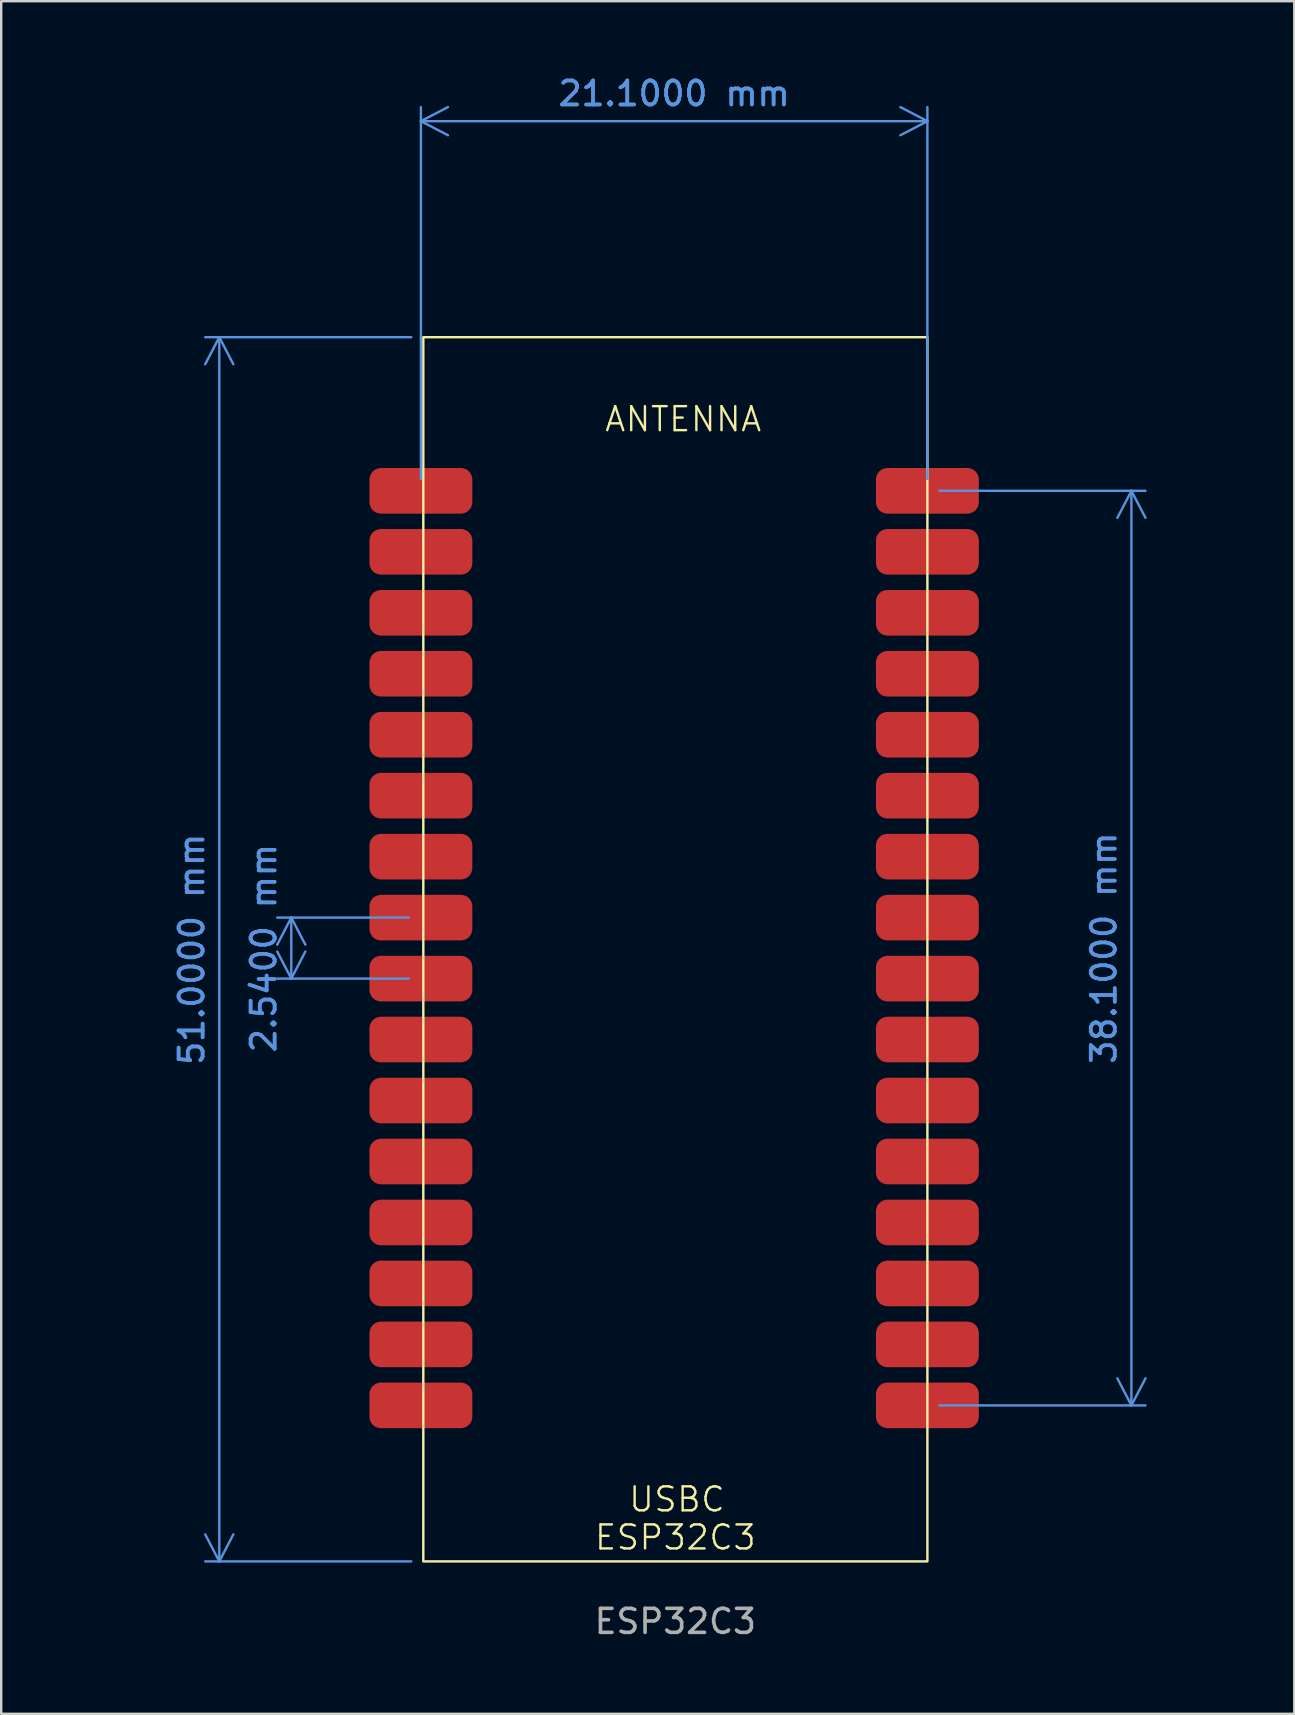
<source format=kicad_pcb>
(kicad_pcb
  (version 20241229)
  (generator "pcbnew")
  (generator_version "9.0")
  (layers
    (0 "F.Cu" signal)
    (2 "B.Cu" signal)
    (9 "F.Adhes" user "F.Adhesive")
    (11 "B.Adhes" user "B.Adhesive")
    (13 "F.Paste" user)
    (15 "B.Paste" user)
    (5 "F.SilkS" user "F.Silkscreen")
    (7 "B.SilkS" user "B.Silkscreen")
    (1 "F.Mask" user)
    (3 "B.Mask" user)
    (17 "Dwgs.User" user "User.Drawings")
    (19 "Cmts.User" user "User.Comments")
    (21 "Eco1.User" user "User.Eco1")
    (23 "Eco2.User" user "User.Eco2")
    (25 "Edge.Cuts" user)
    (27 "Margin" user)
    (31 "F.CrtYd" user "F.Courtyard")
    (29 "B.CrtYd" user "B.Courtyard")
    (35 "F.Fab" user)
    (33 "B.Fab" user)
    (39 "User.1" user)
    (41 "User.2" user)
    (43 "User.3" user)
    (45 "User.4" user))
  (footprint "ESP32C3"
    (layer "F.Cu")
    (at 25.085 61.998)
    (property "Reference" "ESP32C3" (at 0 -1 0) (unlocked yes) (layer "F.SilkS") (effects (font (size 1 1) (thickness 0.1))))
    (attr smd)
    (fp_rect (start -10.5 0) (end 10.5 -51) (stroke (width 0.1) (type default)) (fill no) (layer "F.SilkS"))
    (fp_text user "ANTENNA" (at -3 -47 0) (unlocked yes) (layer "F.SilkS") (effects (font (size 1 1) (thickness 0.1)) (justify left bottom)))
    (fp_text user "USBC" (at -2 -2 0) (unlocked yes) (layer "F.SilkS") (effects (font (size 1 1) (thickness 0.1)) (justify left bottom)))
    (fp_text user "${REFERENCE}" (at 0 2.5 0) (unlocked yes) (layer "F.Fab") (effects (font (size 1 1) (thickness 0.15))))
    (dimension (type aligned) (layer "Cmts.User") (pts (xy 14.485 17.398) (xy 35.585 17.398)) (height -15.4) (format (prefix "") (suffix "") (units 3) (units_format 1) (precision 4)) (style (thickness 0.1) (arrow_length 1.27) (text_position_mode 0) (arrow_direction outward) (extension_height 0.586) (extension_offset 0.5) (keep_text_aligned yes)) (gr_text "21.1000 mm" (at 25.035 0.848 0) (layer "Cmts.User") (effects (font (size 1 1) (thickness 0.15)))))
    (dimension (type aligned) (layer "Cmts.User") (pts (xy 14.485 35.178) (xy 14.485 37.718)) (height 5.4) (format (prefix "") (suffix "") (units 3) (units_format 1) (precision 4)) (style (thickness 0.1) (arrow_length 1.27) (text_position_mode 0) (arrow_direction outward) (extension_height 0.586) (extension_offset 0.5) (keep_text_aligned yes)) (gr_text "2.5400 mm" (at 7.935 36.448 90) (layer "Cmts.User") (effects (font (size 1 1) (thickness 0.15)))))
    (dimension (type aligned) (layer "Cmts.User") (pts (xy 14.585 10.998) (xy 14.585 61.998)) (height 8.5) (format (prefix "") (suffix "") (units 3) (units_format 1) (precision 4)) (style (thickness 0.1) (arrow_length 1.27) (text_position_mode 0) (arrow_direction outward) (extension_height 0.586) (extension_offset 0.5) (keep_text_aligned yes)) (gr_text "51.0000 mm" (at 4.935 36.498 90) (layer "Cmts.User") (effects (font (size 1 1) (thickness 0.15)))))
    (dimension (type aligned) (layer "Cmts.User") (pts (xy 35.585 17.398) (xy 35.585 55.498)) (height -8.5) (format (prefix "") (suffix "") (units 3) (units_format 1) (precision 4)) (style (thickness 0.1) (arrow_length 1.27) (text_position_mode 0) (arrow_direction outward) (extension_height 0.586) (extension_offset 0.5) (keep_text_aligned yes)) (gr_text "38.1000 mm" (at 42.935 36.448 90) (layer "Cmts.User") (effects (font (size 1 1) (thickness 0.15)))))
    (pad "1" smd roundrect (at -10.6 -44.6) (size 4.286 1.9) (layers "F.Cu" "F.Mask" "F.Paste") (roundrect_rratio 0.25))
    (pad "2" smd roundrect (at -10.6 -42.06) (size 4.286 1.9) (layers "F.Cu" "F.Mask" "F.Paste") (roundrect_rratio 0.25))
    (pad "3" smd roundrect (at -10.6 -39.52) (size 4.286 1.9) (layers "F.Cu" "F.Mask" "F.Paste") (roundrect_rratio 0.25))
    (pad "4" smd roundrect (at -10.6 -36.98) (size 4.286 1.9) (layers "F.Cu" "F.Mask" "F.Paste") (roundrect_rratio 0.25))
    (pad "5" smd roundrect (at -10.6 -34.44) (size 4.286 1.9) (layers "F.Cu" "F.Mask" "F.Paste") (roundrect_rratio 0.25))
    (pad "6" smd roundrect (at -10.6 -31.9) (size 4.286 1.9) (layers "F.Cu" "F.Mask" "F.Paste") (roundrect_rratio 0.25))
    (pad "7" smd roundrect (at -10.6 -29.36) (size 4.286 1.9) (layers "F.Cu" "F.Mask" "F.Paste") (roundrect_rratio 0.25))
    (pad "8" smd roundrect (at -10.6 -26.82) (size 4.286 1.9) (layers "F.Cu" "F.Mask" "F.Paste") (roundrect_rratio 0.25))
    (pad "9" smd roundrect (at -10.6 -24.28) (size 4.286 1.9) (layers "F.Cu" "F.Mask" "F.Paste") (roundrect_rratio 0.25))
    (pad "10" smd roundrect (at -10.6 -21.74) (size 4.286 1.9) (layers "F.Cu" "F.Mask" "F.Paste") (roundrect_rratio 0.25))
    (pad "11" smd roundrect (at -10.6 -19.2) (size 4.286 1.9) (layers "F.Cu" "F.Mask" "F.Paste") (roundrect_rratio 0.25))
    (pad "12" smd roundrect (at -10.6 -16.66) (size 4.286 1.9) (layers "F.Cu" "F.Mask" "F.Paste") (roundrect_rratio 0.25))
    (pad "13" smd roundrect (at -10.6 -14.12) (size 4.286 1.9) (layers "F.Cu" "F.Mask" "F.Paste") (roundrect_rratio 0.25))
    (pad "14" smd roundrect (at -10.6 -11.58) (size 4.286 1.9) (layers "F.Cu" "F.Mask" "F.Paste") (roundrect_rratio 0.25))
    (pad "15" smd roundrect (at -10.6 -9.04) (size 4.286 1.9) (layers "F.Cu" "F.Mask" "F.Paste") (roundrect_rratio 0.25))
    (pad "16" smd roundrect (at -10.6 -6.5) (size 4.286 1.9) (layers "F.Cu" "F.Mask" "F.Paste") (roundrect_rratio 0.25))
    (pad "17" smd roundrect (at 10.5 -44.6) (size 4.286 1.9) (layers "F.Cu" "F.Mask" "F.Paste") (roundrect_rratio 0.25))
    (pad "18" smd roundrect (at 10.5 -42.06) (size 4.286 1.9) (layers "F.Cu" "F.Mask" "F.Paste") (roundrect_rratio 0.25))
    (pad "19" smd roundrect (at 10.5 -39.52) (size 4.286 1.9) (layers "F.Cu" "F.Mask" "F.Paste") (roundrect_rratio 0.25))
    (pad "20" smd roundrect (at 10.5 -36.98) (size 4.286 1.9) (layers "F.Cu" "F.Mask" "F.Paste") (roundrect_rratio 0.25))
    (pad "21" smd roundrect (at 10.5 -34.44) (size 4.286 1.9) (layers "F.Cu" "F.Mask" "F.Paste") (roundrect_rratio 0.25))
    (pad "22" smd roundrect (at 10.5 -31.9) (size 4.286 1.9) (layers "F.Cu" "F.Mask" "F.Paste") (roundrect_rratio 0.25))
    (pad "23" smd roundrect (at 10.5 -29.36) (size 4.286 1.9) (layers "F.Cu" "F.Mask" "F.Paste") (roundrect_rratio 0.25))
    (pad "24" smd roundrect (at 10.5 -26.82) (size 4.286 1.9) (layers "F.Cu" "F.Mask" "F.Paste") (roundrect_rratio 0.25))
    (pad "25" smd roundrect (at 10.5 -24.28) (size 4.286 1.9) (layers "F.Cu" "F.Mask" "F.Paste") (roundrect_rratio 0.25))
    (pad "26" smd roundrect (at 10.5 -21.74) (size 4.286 1.9) (layers "F.Cu" "F.Mask" "F.Paste") (roundrect_rratio 0.25))
    (pad "27" smd roundrect (at 10.5 -19.2) (size 4.286 1.9) (layers "F.Cu" "F.Mask" "F.Paste") (roundrect_rratio 0.25))
    (pad "28" smd roundrect (at 10.5 -16.66) (size 4.286 1.9) (layers "F.Cu" "F.Mask" "F.Paste") (roundrect_rratio 0.25))
    (pad "29" smd roundrect (at 10.5 -14.12) (size 4.286 1.9) (layers "F.Cu" "F.Mask" "F.Paste") (roundrect_rratio 0.25))
    (pad "30" smd roundrect (at 10.5 -11.58) (size 4.286 1.9) (layers "F.Cu" "F.Mask" "F.Paste") (roundrect_rratio 0.25))
    (pad "31" smd roundrect (at 10.5 -9.04) (size 4.286 1.9) (layers "F.Cu" "F.Mask" "F.Paste") (roundrect_rratio 0.25))
    (pad "32" smd roundrect (at 10.5 -6.5) (size 4.286 1.9) (layers "F.Cu" "F.Mask" "F.Paste") (roundrect_rratio 0.25)))
  (gr_rect
    (start -3 -3)
    (end 50.869 68.347)
    (stroke (width 0.1) (type default))
    (fill no)
    (layer "Edge.Cuts")))
</source>
